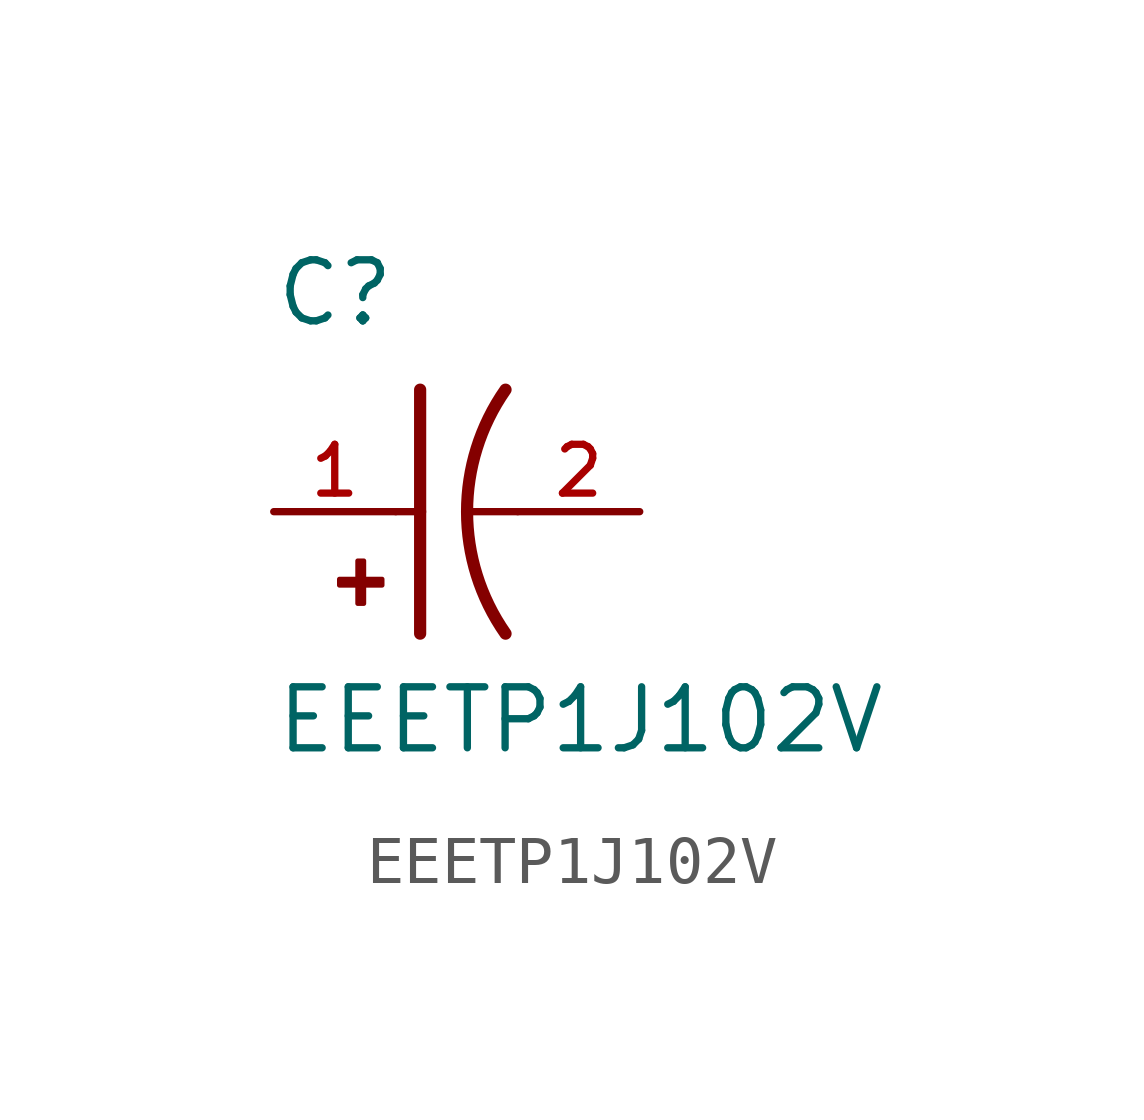
<source format=kicad_sym>
(kicad_symbol_lib
  (version 20211014)
  (generator kicad_symbol_editor)
  (symbol "EEETP1J102V"
    (pin_names
      (offset 1.016))
    (property "Reference" "C"
      (at -2.54 3.81 0)
      (effects (font (size 1.27 1.27)) (justify bottom left)))
    (property "Value" "EEETP1J102V"
      (at -2.54 -5.08 0)
      (effects (font (size 1.27 1.27)) (justify bottom left)))
    (symbol "EEETP1J102V_0_0"
      (arc (start 2.286 -2.54) (mid 1.4851 -0.0) (end 2.286 2.54) (stroke (width 0.254) (type default) (color 0 0 0 0)) (fill (type none)))
      (polyline (pts (xy 0.508 2.54) (xy 0.508 0.0)) (stroke (width 0.254)))
      (rectangle (start -1.173 -1.532) (end -0.284 -1.405) (stroke (width 0.1)) (fill (type outline)))
      (rectangle (start -0.792 -1.913) (end -0.665 -1.024) (stroke (width 0.1)) (fill (type outline)))
      (polyline (pts (xy 0.508 0.0) (xy 0.508 -2.54)) (stroke (width 0.254)))
      (polyline (pts (xy 0.0 0.0) (xy 0.508 0.0)) (stroke (width 0.152)))
      (polyline (pts (xy 2.54 0.0) (xy 1.524 0.0)) (stroke (width 0.152)))
      (pin passive line (at -2.54 0.0 0) (length 2.54) (name "~" (effects (font (size 1.016 1.016)))) (number "1" (effects (font (size 1.016 1.016)))))
      (pin passive line (at 5.08 0.0 180.0) (length 2.54) (name "~" (effects (font (size 1.016 1.016)))) (number "2" (effects (font (size 1.016 1.016))))))))
</source>
